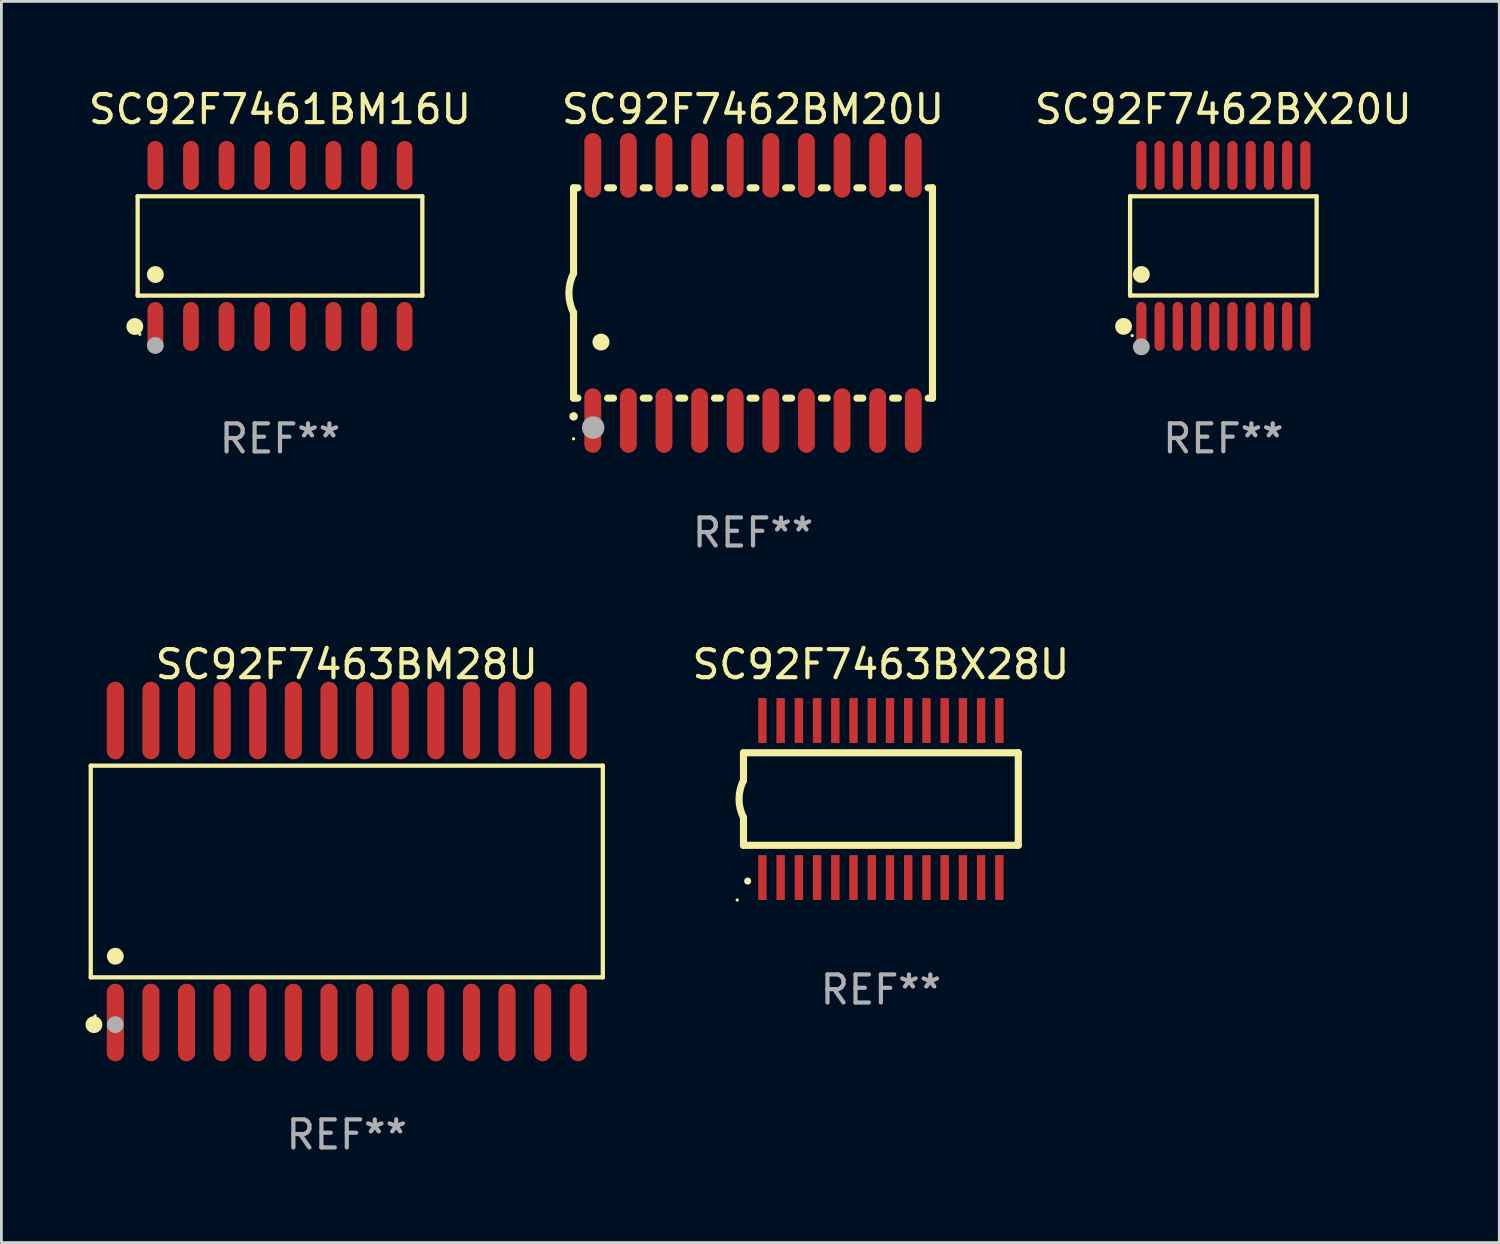
<source format=kicad_pcb>
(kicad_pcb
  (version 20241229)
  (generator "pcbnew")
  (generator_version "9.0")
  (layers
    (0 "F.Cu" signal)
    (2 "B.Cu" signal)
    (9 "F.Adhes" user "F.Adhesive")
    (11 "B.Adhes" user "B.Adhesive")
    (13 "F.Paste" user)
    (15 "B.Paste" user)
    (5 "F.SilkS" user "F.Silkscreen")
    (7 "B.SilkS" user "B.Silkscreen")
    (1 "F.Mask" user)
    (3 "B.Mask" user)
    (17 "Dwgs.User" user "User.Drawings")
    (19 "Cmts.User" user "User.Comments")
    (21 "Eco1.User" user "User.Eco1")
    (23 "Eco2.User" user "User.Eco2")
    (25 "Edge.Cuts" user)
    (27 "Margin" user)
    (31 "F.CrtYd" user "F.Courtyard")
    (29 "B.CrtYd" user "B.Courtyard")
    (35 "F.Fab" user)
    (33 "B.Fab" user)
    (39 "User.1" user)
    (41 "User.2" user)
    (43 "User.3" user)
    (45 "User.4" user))
  (footprint "SC92F7461BM16U"
    (layer "F.Cu")
    (at 6.935 5.721)
    (property "Reference" "SC92F7461BM16U" (at 0 -4.872 0) (layer "F.SilkS") (effects (font (size 1 1) (thickness 0.15))))
    (attr through_hole)
    (fp_line (start -5.076 -1.771) (end 5.076 -1.771) (stroke (width 0.152) (type solid)) (layer "F.SilkS"))
    (fp_line (start -5.076 1.771) (end -5.076 -1.771) (stroke (width 0.152) (type solid)) (layer "F.SilkS"))
    (fp_line (start 5.076 -1.771) (end 5.076 1.771) (stroke (width 0.152) (type solid)) (layer "F.SilkS"))
    (fp_line (start 5.076 1.771) (end -5.076 1.771) (stroke (width 0.152) (type solid)) (layer "F.SilkS"))
    (fp_circle (center -5.177 2.872) (end -5.027 2.872) (stroke (width 0.3) (type solid)) (fill no) (layer "F.SilkS"))
    (fp_circle (center -5 3.15) (end -4.97 3.15) (stroke (width 0.06) (type solid)) (fill no) (layer "F.SilkS"))
    (fp_circle (center -4.445 1.019) (end -4.295 1.019) (stroke (width 0.3) (type solid)) (fill no) (layer "F.SilkS"))
    (fp_circle (center -4.445 3.55) (end -4.295 3.55) (stroke (width 0.3) (type solid)) (fill no) (layer "F.Fab"))
    (fp_text user "REF**" (at 0 6.872 0) (layer "F.Fab") (effects (font (size 1 1) (thickness 0.15))))
    (pad "1" smd oval (at -4.445 2.872) (size 0.56 1.745) (layers "F.Cu" "F.Mask" "F.Paste"))
    (pad "2" smd oval (at -3.175 2.872) (size 0.56 1.745) (layers "F.Cu" "F.Mask" "F.Paste"))
    (pad "3" smd oval (at -1.905 2.872) (size 0.56 1.745) (layers "F.Cu" "F.Mask" "F.Paste"))
    (pad "4" smd oval (at -0.635 2.872) (size 0.56 1.745) (layers "F.Cu" "F.Mask" "F.Paste"))
    (pad "5" smd oval (at 0.635 2.872) (size 0.56 1.745) (layers "F.Cu" "F.Mask" "F.Paste"))
    (pad "6" smd oval (at 1.905 2.872) (size 0.56 1.745) (layers "F.Cu" "F.Mask" "F.Paste"))
    (pad "7" smd oval (at 3.175 2.872) (size 0.56 1.745) (layers "F.Cu" "F.Mask" "F.Paste"))
    (pad "8" smd oval (at 4.445 2.872) (size 0.56 1.745) (layers "F.Cu" "F.Mask" "F.Paste"))
    (pad "9" smd oval (at 4.445 -2.872) (size 0.56 1.745) (layers "F.Cu" "F.Mask" "F.Paste"))
    (pad "10" smd oval (at 3.175 -2.872) (size 0.56 1.745) (layers "F.Cu" "F.Mask" "F.Paste"))
    (pad "11" smd oval (at 1.905 -2.872) (size 0.56 1.745) (layers "F.Cu" "F.Mask" "F.Paste"))
    (pad "12" smd oval (at 0.635 -2.872) (size 0.56 1.745) (layers "F.Cu" "F.Mask" "F.Paste"))
    (pad "13" smd oval (at -0.635 -2.872) (size 0.56 1.745) (layers "F.Cu" "F.Mask" "F.Paste"))
    (pad "14" smd oval (at -1.905 -2.872) (size 0.56 1.745) (layers "F.Cu" "F.Mask" "F.Paste"))
    (pad "15" smd oval (at -3.175 -2.872) (size 0.56 1.745) (layers "F.Cu" "F.Mask" "F.Paste"))
    (pad "16" smd oval (at -4.445 -2.872) (size 0.56 1.745) (layers "F.Cu" "F.Mask" "F.Paste")))
  (footprint "SC92F7462BX20U"
    (layer "F.Cu")
    (at 40.577 5.719)
    (property "Reference" "SC92F7462BX20U" (at 0 -4.871 0) (layer "F.SilkS") (effects (font (size 1 1) (thickness 0.15))))
    (attr through_hole)
    (fp_line (start -3.326 -1.771) (end 3.326 -1.771) (stroke (width 0.152) (type solid)) (layer "F.SilkS"))
    (fp_line (start -3.326 1.771) (end -3.326 -1.771) (stroke (width 0.152) (type solid)) (layer "F.SilkS"))
    (fp_line (start 3.326 -1.771) (end 3.326 1.771) (stroke (width 0.152) (type solid)) (layer "F.SilkS"))
    (fp_line (start 3.326 1.771) (end -3.326 1.771) (stroke (width 0.152) (type solid)) (layer "F.SilkS"))
    (fp_circle (center -3.559 2.871) (end -3.409 2.871) (stroke (width 0.3) (type solid)) (fill no) (layer "F.SilkS"))
    (fp_circle (center -3.25 3.2) (end -3.22 3.2) (stroke (width 0.06) (type solid)) (fill no) (layer "F.SilkS"))
    (fp_circle (center -2.925 1.019) (end -2.775 1.019) (stroke (width 0.3) (type solid)) (fill no) (layer "F.SilkS"))
    (fp_circle (center -2.925 3.6) (end -2.775 3.6) (stroke (width 0.3) (type solid)) (fill no) (layer "F.Fab"))
    (fp_text user "REF**" (at 0 6.871 0) (layer "F.Fab") (effects (font (size 1 1) (thickness 0.15))))
    (pad "1" smd oval (at -2.925 2.871) (size 0.364 1.742) (layers "F.Cu" "F.Mask" "F.Paste"))
    (pad "2" smd oval (at -2.275 2.871) (size 0.364 1.742) (layers "F.Cu" "F.Mask" "F.Paste"))
    (pad "3" smd oval (at -1.625 2.871) (size 0.364 1.742) (layers "F.Cu" "F.Mask" "F.Paste"))
    (pad "4" smd oval (at -0.975 2.871) (size 0.364 1.742) (layers "F.Cu" "F.Mask" "F.Paste"))
    (pad "5" smd oval (at -0.325 2.871) (size 0.364 1.742) (layers "F.Cu" "F.Mask" "F.Paste"))
    (pad "6" smd oval (at 0.325 2.871) (size 0.364 1.742) (layers "F.Cu" "F.Mask" "F.Paste"))
    (pad "7" smd oval (at 0.975 2.871) (size 0.364 1.742) (layers "F.Cu" "F.Mask" "F.Paste"))
    (pad "8" smd oval (at 1.625 2.871) (size 0.364 1.742) (layers "F.Cu" "F.Mask" "F.Paste"))
    (pad "9" smd oval (at 2.275 2.871) (size 0.364 1.742) (layers "F.Cu" "F.Mask" "F.Paste"))
    (pad "10" smd oval (at 2.925 2.871) (size 0.364 1.742) (layers "F.Cu" "F.Mask" "F.Paste"))
    (pad "11" smd oval (at 2.925 -2.871) (size 0.364 1.742) (layers "F.Cu" "F.Mask" "F.Paste"))
    (pad "12" smd oval (at 2.275 -2.871) (size 0.364 1.742) (layers "F.Cu" "F.Mask" "F.Paste"))
    (pad "13" smd oval (at 1.625 -2.871) (size 0.364 1.742) (layers "F.Cu" "F.Mask" "F.Paste"))
    (pad "14" smd oval (at 0.975 -2.871) (size 0.364 1.742) (layers "F.Cu" "F.Mask" "F.Paste"))
    (pad "15" smd oval (at 0.325 -2.871) (size 0.364 1.742) (layers "F.Cu" "F.Mask" "F.Paste"))
    (pad "16" smd oval (at -0.325 -2.871) (size 0.364 1.742) (layers "F.Cu" "F.Mask" "F.Paste"))
    (pad "17" smd oval (at -0.975 -2.871) (size 0.364 1.742) (layers "F.Cu" "F.Mask" "F.Paste"))
    (pad "18" smd oval (at -1.625 -2.871) (size 0.364 1.742) (layers "F.Cu" "F.Mask" "F.Paste"))
    (pad "19" smd oval (at -2.275 -2.871) (size 0.364 1.742) (layers "F.Cu" "F.Mask" "F.Paste"))
    (pad "20" smd oval (at -2.925 -2.871) (size 0.364 1.742) (layers "F.Cu" "F.Mask" "F.Paste")))
  (footprint "SC92F7463BM28U"
    (layer "F.Cu")
    (at 9.317 28.029)
    (property "Reference" "SC92F7463BM28U" (at 0 -7.385 0) (layer "F.SilkS") (effects (font (size 1 1) (thickness 0.15))))
    (attr through_hole)
    (fp_line (start -9.131 -3.774) (end 9.131 -3.774) (stroke (width 0.152) (type solid)) (layer "F.SilkS"))
    (fp_line (start -9.131 3.774) (end -9.131 -3.774) (stroke (width 0.152) (type solid)) (layer "F.SilkS"))
    (fp_line (start 9.131 -3.774) (end 9.131 3.774) (stroke (width 0.152) (type solid)) (layer "F.SilkS"))
    (fp_line (start 9.131 3.774) (end -9.131 3.774) (stroke (width 0.152) (type solid)) (layer "F.SilkS"))
    (fp_circle (center -9.017 5.461) (end -8.867 5.461) (stroke (width 0.3) (type solid)) (fill no) (layer "F.SilkS"))
    (fp_circle (center -8.975 5.15) (end -8.945 5.15) (stroke (width 0.06) (type solid)) (fill no) (layer "F.SilkS"))
    (fp_circle (center -8.255 3.022) (end -8.105 3.022) (stroke (width 0.3) (type solid)) (fill no) (layer "F.SilkS"))
    (fp_circle (center -8.255 5.461) (end -8.105 5.461) (stroke (width 0.3) (type solid)) (fill no) (layer "F.Fab"))
    (fp_text user "REF**" (at 0 9.385 0) (layer "F.Fab") (effects (font (size 1 1) (thickness 0.15))))
    (pad "1" smd oval (at -8.255 5.385) (size 0.609 2.765) (layers "F.Cu" "F.Mask" "F.Paste"))
    (pad "2" smd oval (at -6.985 5.385) (size 0.609 2.765) (layers "F.Cu" "F.Mask" "F.Paste"))
    (pad "3" smd oval (at -5.715 5.385) (size 0.609 2.765) (layers "F.Cu" "F.Mask" "F.Paste"))
    (pad "4" smd oval (at -4.445 5.385) (size 0.609 2.765) (layers "F.Cu" "F.Mask" "F.Paste"))
    (pad "5" smd oval (at -3.175 5.385) (size 0.609 2.765) (layers "F.Cu" "F.Mask" "F.Paste"))
    (pad "6" smd oval (at -1.905 5.385) (size 0.609 2.765) (layers "F.Cu" "F.Mask" "F.Paste"))
    (pad "7" smd oval (at -0.635 5.385) (size 0.609 2.765) (layers "F.Cu" "F.Mask" "F.Paste"))
    (pad "8" smd oval (at 0.635 5.385) (size 0.609 2.765) (layers "F.Cu" "F.Mask" "F.Paste"))
    (pad "9" smd oval (at 1.905 5.385) (size 0.609 2.765) (layers "F.Cu" "F.Mask" "F.Paste"))
    (pad "10" smd oval (at 3.175 5.385) (size 0.609 2.765) (layers "F.Cu" "F.Mask" "F.Paste"))
    (pad "11" smd oval (at 4.445 5.385) (size 0.609 2.765) (layers "F.Cu" "F.Mask" "F.Paste"))
    (pad "12" smd oval (at 5.715 5.385) (size 0.609 2.765) (layers "F.Cu" "F.Mask" "F.Paste"))
    (pad "13" smd oval (at 6.985 5.385) (size 0.609 2.765) (layers "F.Cu" "F.Mask" "F.Paste"))
    (pad "14" smd oval (at 8.255 5.385) (size 0.609 2.765) (layers "F.Cu" "F.Mask" "F.Paste"))
    (pad "15" smd oval (at 8.255 -5.385) (size 0.609 2.765) (layers "F.Cu" "F.Mask" "F.Paste"))
    (pad "16" smd oval (at 6.985 -5.385) (size 0.609 2.765) (layers "F.Cu" "F.Mask" "F.Paste"))
    (pad "17" smd oval (at 5.715 -5.385) (size 0.609 2.765) (layers "F.Cu" "F.Mask" "F.Paste"))
    (pad "18" smd oval (at 4.445 -5.385) (size 0.609 2.765) (layers "F.Cu" "F.Mask" "F.Paste"))
    (pad "19" smd oval (at 3.175 -5.385) (size 0.609 2.765) (layers "F.Cu" "F.Mask" "F.Paste"))
    (pad "20" smd oval (at 1.905 -5.385) (size 0.609 2.765) (layers "F.Cu" "F.Mask" "F.Paste"))
    (pad "21" smd oval (at 0.635 -5.385) (size 0.609 2.765) (layers "F.Cu" "F.Mask" "F.Paste"))
    (pad "22" smd oval (at -0.635 -5.385) (size 0.609 2.765) (layers "F.Cu" "F.Mask" "F.Paste"))
    (pad "23" smd oval (at -1.905 -5.385) (size 0.609 2.765) (layers "F.Cu" "F.Mask" "F.Paste"))
    (pad "24" smd oval (at -3.175 -5.385) (size 0.609 2.765) (layers "F.Cu" "F.Mask" "F.Paste"))
    (pad "25" smd oval (at -4.445 -5.385) (size 0.609 2.765) (layers "F.Cu" "F.Mask" "F.Paste"))
    (pad "26" smd oval (at -5.715 -5.385) (size 0.609 2.765) (layers "F.Cu" "F.Mask" "F.Paste"))
    (pad "27" smd oval (at -6.985 -5.385) (size 0.609 2.765) (layers "F.Cu" "F.Mask" "F.Paste"))
    (pad "28" smd oval (at -8.255 -5.385) (size 0.609 2.765) (layers "F.Cu" "F.Mask" "F.Paste")))
  (footprint "SC92F7463BX28U"
    (layer "F.Cu")
    (at 28.364 25.445)
    (property "Reference" "SC92F7463BX28U" (at 0 -4.8 0) (layer "F.SilkS") (effects (font (size 1 1) (thickness 0.15))))
    (attr through_hole)
    (fp_line (start -4.9 -1.65) (end -4.9 -0.66) (stroke (width 0.254) (type solid)) (layer "F.SilkS"))
    (fp_line (start -4.9 1.65) (end -4.9 0.659) (stroke (width 0.254) (type solid)) (layer "F.SilkS"))
    (fp_line (start -4.9 -1.65) (end 4.9 -1.65) (stroke (width 0.254) (type solid)) (layer "F.SilkS"))
    (fp_line (start -4.9 1.649) (end 4.9 1.649) (stroke (width 0.254) (type solid)) (layer "F.SilkS"))
    (fp_line (start 4.9 -1.65) (end 4.9 1.649) (stroke (width 0.254) (type solid)) (layer "F.SilkS"))
    (fp_arc (start -4.902197 0.659894) (mid -5.058097 -0.000508) (end -4.902197 -0.660909) (stroke (width 0.254001) (type solid)) (layer "F.SilkS"))
    (fp_arc (start -4.750711 2.926238) (mid -4.750717 2.924968) (end -4.750711 2.923698) (stroke (width 0.24892) (type solid)) (layer "F.SilkS"))
    (fp_circle (center -5.124 3.6) (end -5.094 3.6) (stroke (width 0.06) (type solid)) (fill no) (layer "F.SilkS"))
    (fp_text user "REF**" (at 0 6.8 0) (layer "F.Fab") (effects (font (size 1 1) (thickness 0.15))))
    (pad "1" smd rect (at -4.225 2.8 90) (size 1.6 0.3) (layers "F.Cu" "F.Mask" "F.Paste"))
    (pad "2" smd rect (at -3.575 2.8 90) (size 1.6 0.3) (layers "F.Cu" "F.Mask" "F.Paste"))
    (pad "3" smd rect (at -2.925 2.8 90) (size 1.6 0.3) (layers "F.Cu" "F.Mask" "F.Paste"))
    (pad "4" smd rect (at -2.275 2.8 90) (size 1.6 0.3) (layers "F.Cu" "F.Mask" "F.Paste"))
    (pad "5" smd rect (at -1.625 2.8 90) (size 1.6 0.3) (layers "F.Cu" "F.Mask" "F.Paste"))
    (pad "6" smd rect (at -0.975 2.8 90) (size 1.6 0.3) (layers "F.Cu" "F.Mask" "F.Paste"))
    (pad "7" smd rect (at -0.325 2.8 90) (size 1.6 0.3) (layers "F.Cu" "F.Mask" "F.Paste"))
    (pad "8" smd rect (at 0.325 2.8 90) (size 1.6 0.3) (layers "F.Cu" "F.Mask" "F.Paste"))
    (pad "9" smd rect (at 0.975 2.8 90) (size 1.6 0.3) (layers "F.Cu" "F.Mask" "F.Paste"))
    (pad "10" smd rect (at 1.625 2.8 90) (size 1.6 0.3) (layers "F.Cu" "F.Mask" "F.Paste"))
    (pad "11" smd rect (at 2.275 2.8 90) (size 1.6 0.3) (layers "F.Cu" "F.Mask" "F.Paste"))
    (pad "12" smd rect (at 2.925 2.8 90) (size 1.6 0.3) (layers "F.Cu" "F.Mask" "F.Paste"))
    (pad "13" smd rect (at 3.575 2.8 90) (size 1.6 0.3) (layers "F.Cu" "F.Mask" "F.Paste"))
    (pad "14" smd rect (at 4.225 2.8 90) (size 1.6 0.3) (layers "F.Cu" "F.Mask" "F.Paste"))
    (pad "15" smd rect (at 4.225 -2.8 90) (size 1.6 0.3) (layers "F.Cu" "F.Mask" "F.Paste"))
    (pad "16" smd rect (at 3.575 -2.8 90) (size 1.6 0.3) (layers "F.Cu" "F.Mask" "F.Paste"))
    (pad "17" smd rect (at 2.925 -2.8 90) (size 1.6 0.3) (layers "F.Cu" "F.Mask" "F.Paste"))
    (pad "18" smd rect (at 2.275 -2.8 90) (size 1.6 0.3) (layers "F.Cu" "F.Mask" "F.Paste"))
    (pad "19" smd rect (at 1.625 -2.8 90) (size 1.6 0.3) (layers "F.Cu" "F.Mask" "F.Paste"))
    (pad "20" smd rect (at 0.975 -2.8 90) (size 1.6 0.3) (layers "F.Cu" "F.Mask" "F.Paste"))
    (pad "21" smd rect (at 0.325 -2.8 90) (size 1.6 0.3) (layers "F.Cu" "F.Mask" "F.Paste"))
    (pad "22" smd rect (at -0.325 -2.8 90) (size 1.6 0.3) (layers "F.Cu" "F.Mask" "F.Paste"))
    (pad "23" smd rect (at -0.975 -2.8 90) (size 1.6 0.3) (layers "F.Cu" "F.Mask" "F.Paste"))
    (pad "24" smd rect (at -1.625 -2.8 90) (size 1.6 0.3) (layers "F.Cu" "F.Mask" "F.Paste"))
    (pad "25" smd rect (at -2.275 -2.8 90) (size 1.6 0.3) (layers "F.Cu" "F.Mask" "F.Paste"))
    (pad "26" smd rect (at -2.925 -2.8 90) (size 1.6 0.3) (layers "F.Cu" "F.Mask" "F.Paste"))
    (pad "27" smd rect (at -3.575 -2.8 90) (size 1.6 0.3) (layers "F.Cu" "F.Mask" "F.Paste"))
    (pad "28" smd rect (at -4.225 -2.8 90) (size 1.6 0.3) (layers "F.Cu" "F.Mask" "F.Paste")))
  (footprint "SC92F7462BM20U"
    (layer "F.Cu")
    (at 23.804 7.398)
    (property "Reference" "SC92F7462BM20U" (at 0 -6.55 0) (layer "F.SilkS") (effects (font (size 1 1) (thickness 0.15))))
    (attr through_hole)
    (fp_line (start -6.4 -3.75) (end -6.4 -0.7) (stroke (width 0.254) (type solid)) (layer "F.SilkS"))
    (fp_line (start -6.4 -3.75) (end -6.246 -3.75) (stroke (width 0.254) (type solid)) (layer "F.SilkS"))
    (fp_line (start -6.4 3.75) (end -6.4 0.7) (stroke (width 0.254) (type solid)) (layer "F.SilkS"))
    (fp_line (start -6.246 3.75) (end -6.4 3.75) (stroke (width 0.254) (type solid)) (layer "F.SilkS"))
    (fp_line (start -5.184 -3.75) (end -4.976 -3.75) (stroke (width 0.254) (type solid)) (layer "F.SilkS"))
    (fp_line (start -4.976 3.75) (end -5.184 3.75) (stroke (width 0.254) (type solid)) (layer "F.SilkS"))
    (fp_line (start -3.914 -3.75) (end -3.706 -3.75) (stroke (width 0.254) (type solid)) (layer "F.SilkS"))
    (fp_line (start -3.706 3.75) (end -3.914 3.75) (stroke (width 0.254) (type solid)) (layer "F.SilkS"))
    (fp_line (start -2.644 -3.75) (end -2.436 -3.75) (stroke (width 0.254) (type solid)) (layer "F.SilkS"))
    (fp_line (start -2.436 3.75) (end -2.644 3.75) (stroke (width 0.254) (type solid)) (layer "F.SilkS"))
    (fp_line (start -1.374 -3.75) (end -1.166 -3.75) (stroke (width 0.254) (type solid)) (layer "F.SilkS"))
    (fp_line (start -1.166 3.75) (end -1.374 3.75) (stroke (width 0.254) (type solid)) (layer "F.SilkS"))
    (fp_line (start -0.104 -3.75) (end 0.104 -3.75) (stroke (width 0.254) (type solid)) (layer "F.SilkS"))
    (fp_line (start 0.104 3.75) (end -0.104 3.75) (stroke (width 0.254) (type solid)) (layer "F.SilkS"))
    (fp_line (start 1.166 -3.75) (end 1.374 -3.75) (stroke (width 0.254) (type solid)) (layer "F.SilkS"))
    (fp_line (start 1.374 3.75) (end 1.166 3.75) (stroke (width 0.254) (type solid)) (layer "F.SilkS"))
    (fp_line (start 2.436 -3.75) (end 2.644 -3.75) (stroke (width 0.254) (type solid)) (layer "F.SilkS"))
    (fp_line (start 2.644 3.75) (end 2.436 3.75) (stroke (width 0.254) (type solid)) (layer "F.SilkS"))
    (fp_line (start 3.706 -3.75) (end 3.914 -3.75) (stroke (width 0.254) (type solid)) (layer "F.SilkS"))
    (fp_line (start 3.914 3.75) (end 3.706 3.75) (stroke (width 0.254) (type solid)) (layer "F.SilkS"))
    (fp_line (start 4.976 -3.75) (end 5.184 -3.75) (stroke (width 0.254) (type solid)) (layer "F.SilkS"))
    (fp_line (start 5.184 3.75) (end 4.976 3.75) (stroke (width 0.254) (type solid)) (layer "F.SilkS"))
    (fp_line (start 6.246 -3.75) (end 6.4 -3.75) (stroke (width 0.254) (type solid)) (layer "F.SilkS"))
    (fp_line (start 6.4 -3.75) (end 6.4 3.75) (stroke (width 0.254) (type solid)) (layer "F.SilkS"))
    (fp_line (start 6.4 3.75) (end 6.246 3.75) (stroke (width 0.254) (type solid)) (layer "F.SilkS"))
    (fp_arc (start -6.400812 0.701041) (mid -6.565912 0.000428) (end -6.400025 -0.7) (stroke (width 0.254001) (type solid)) (layer "F.SilkS"))
    (fp_arc (start -6.400025 4.4) (mid -6.398755 4.399995) (end -6.397485 4.4) (stroke (width 0.3) (type solid)) (layer "F.SilkS"))
    (fp_arc (start -5.425451 1.750064) (mid -5.422911 1.750053) (end -5.420371 1.750064) (stroke (width 0.6) (type solid)) (layer "F.SilkS"))
    (fp_circle (center -6.4 5.2) (end -6.37 5.2) (stroke (width 0.06) (type solid)) (fill no) (layer "F.SilkS"))
    (fp_circle (center -5.7 4.8) (end -5.5 4.8) (stroke (width 0.4) (type solid)) (fill no) (layer "F.Fab"))
    (fp_text user "REF**" (at 0 8.55 0) (layer "F.Fab") (effects (font (size 1 1) (thickness 0.15))))
    (pad "1" smd oval (at -5.715 4.55 180) (size 0.6 2.3) (layers "F.Cu" "F.Mask" "F.Paste"))
    (pad "2" smd oval (at -4.445 4.55 180) (size 0.6 2.3) (layers "F.Cu" "F.Mask" "F.Paste"))
    (pad "3" smd oval (at -3.175 4.55 180) (size 0.6 2.3) (layers "F.Cu" "F.Mask" "F.Paste"))
    (pad "4" smd oval (at -1.905 4.55 180) (size 0.6 2.3) (layers "F.Cu" "F.Mask" "F.Paste"))
    (pad "5" smd oval (at -0.635 4.55 180) (size 0.6 2.3) (layers "F.Cu" "F.Mask" "F.Paste"))
    (pad "6" smd oval (at 0.635 4.55 180) (size 0.6 2.3) (layers "F.Cu" "F.Mask" "F.Paste"))
    (pad "7" smd oval (at 1.905 4.55 180) (size 0.6 2.3) (layers "F.Cu" "F.Mask" "F.Paste"))
    (pad "8" smd oval (at 3.175 4.55 180) (size 0.6 2.3) (layers "F.Cu" "F.Mask" "F.Paste"))
    (pad "9" smd oval (at 4.445 4.55 180) (size 0.6 2.3) (layers "F.Cu" "F.Mask" "F.Paste"))
    (pad "10" smd oval (at 5.715 4.55 180) (size 0.6 2.3) (layers "F.Cu" "F.Mask" "F.Paste"))
    (pad "11" smd oval (at 5.715 -4.55 180) (size 0.6 2.3) (layers "F.Cu" "F.Mask" "F.Paste"))
    (pad "12" smd oval (at 4.445 -4.55 180) (size 0.6 2.3) (layers "F.Cu" "F.Mask" "F.Paste"))
    (pad "13" smd oval (at 3.175 -4.55 180) (size 0.6 2.3) (layers "F.Cu" "F.Mask" "F.Paste"))
    (pad "14" smd oval (at 1.905 -4.55 180) (size 0.6 2.3) (layers "F.Cu" "F.Mask" "F.Paste"))
    (pad "15" smd oval (at 0.635 -4.55 180) (size 0.6 2.3) (layers "F.Cu" "F.Mask" "F.Paste"))
    (pad "16" smd oval (at -0.635 -4.55 180) (size 0.6 2.3) (layers "F.Cu" "F.Mask" "F.Paste"))
    (pad "17" smd oval (at -1.905 -4.55 180) (size 0.6 2.3) (layers "F.Cu" "F.Mask" "F.Paste"))
    (pad "18" smd oval (at -3.175 -4.55 180) (size 0.6 2.3) (layers "F.Cu" "F.Mask" "F.Paste"))
    (pad "19" smd oval (at -4.445 -4.55 180) (size 0.6 2.3) (layers "F.Cu" "F.Mask" "F.Paste"))
    (pad "20" smd oval (at -5.715 -4.55 180) (size 0.6 2.3) (layers "F.Cu" "F.Mask" "F.Paste")))
  (gr_rect
    (start -3 -3)
    (end 50.417 41.262)
    (stroke (width 0.1) (type default))
    (fill no)
    (layer "Edge.Cuts")))
</source>
